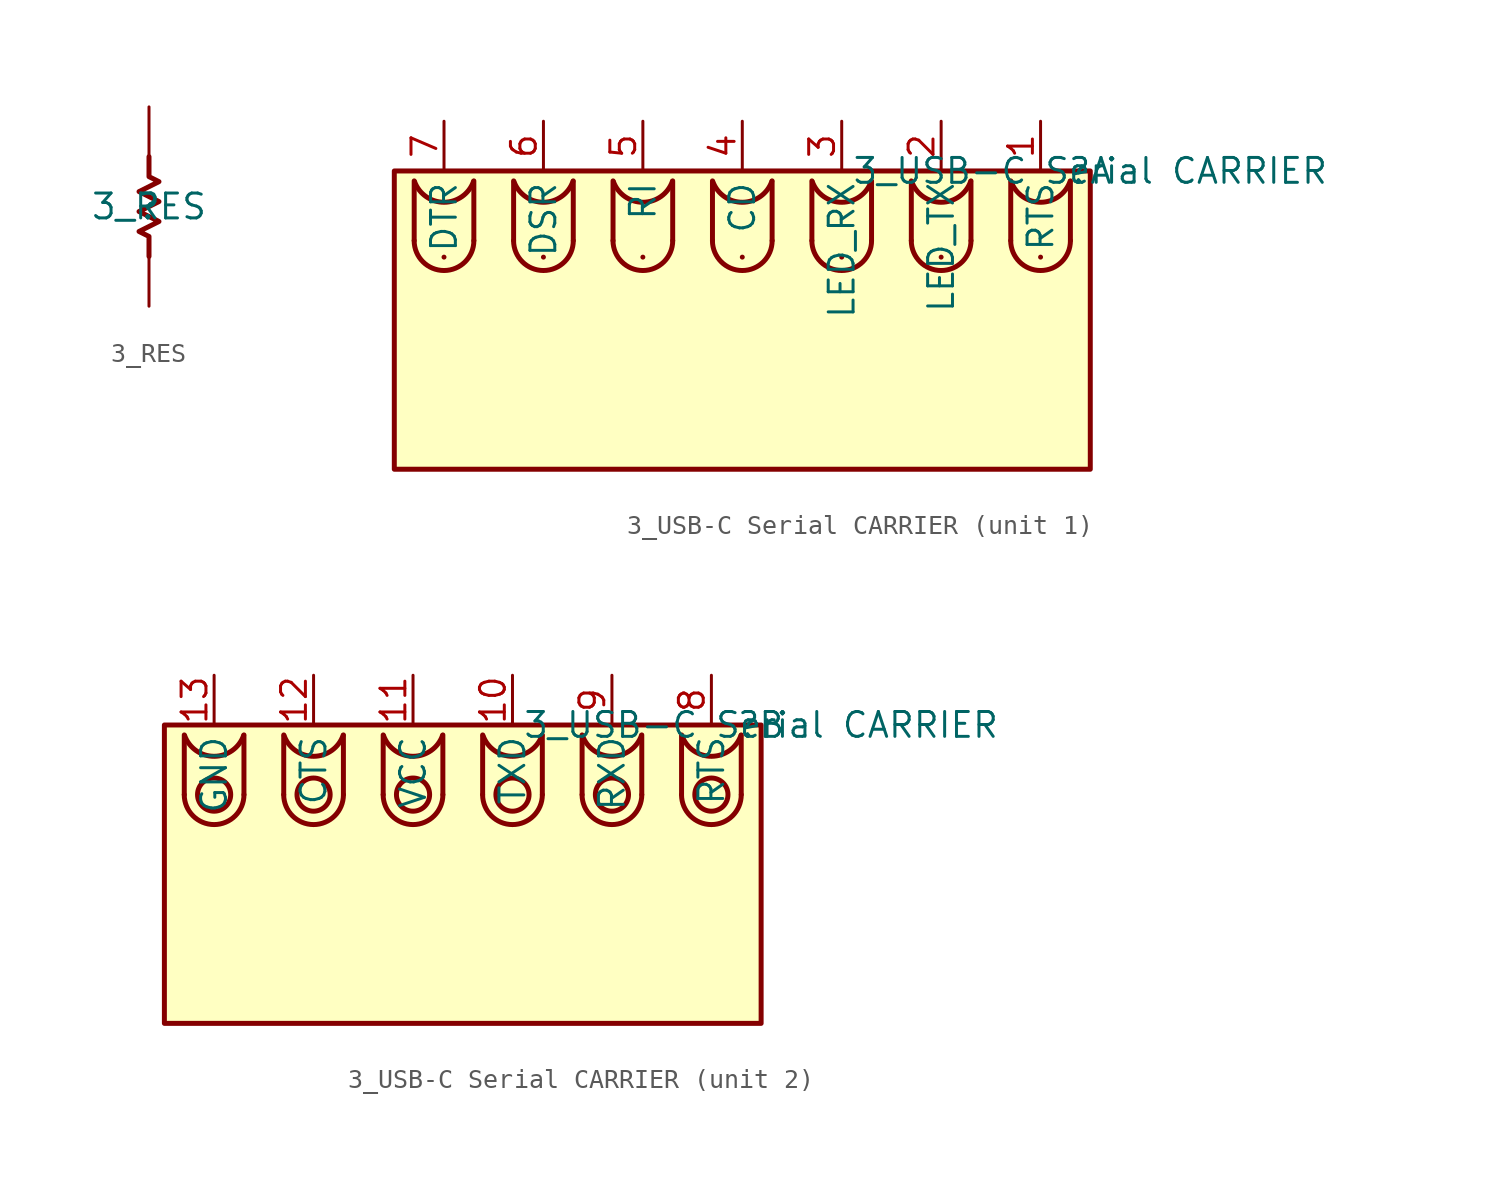
<source format=kicad_sym>
(kicad_symbol_lib
  (version 20211014)
  (generator kicad_symbol_editor)
  (symbol "3_RES"
    (property "Reference" ""
      (at 0 0 0)
      (effects (font (size 1.27 1.27))))
    (property "Value" "3_RES"
      (at 0 0 0)
      (effects (font (size 1.27 1.27))))
    (symbol "3_RES_1_0"
      (polyline (pts (xy 0 -2.54) (xy 0 -1.524) (xy -0.508 -1.27) (xy 0.508 -0.762) (xy -0.508 -0.254) (xy 0.508 0.254) (xy -0.508 0.762) (xy 0.508 1.27) (xy 0 1.524) (xy 0 2.54)) (stroke (width 0.254) (type default) (color 0 0 0 0)) (fill (type none)))
      (pin passive line (at 0 5.08 270) (length 2.54) (name "1" (effects (font (size 0 0)))) (number "1" (effects (font (size 0 0)))))
      (pin passive line (at 0 -5.08 90) (length 2.54) (name "2" (effects (font (size 0 0)))) (number "2" (effects (font (size 0 0)))))))
  (symbol "3_USB-C Serial CARRIER"
    (property "Reference" ""
      (at 0 0 0)
      (effects (font (size 1.27 1.27))))
    (property "Value" "3_USB-C Serial CARRIER"
      (at 0 0 0)
      (effects (font (size 1.27 1.27))))
    (symbol "3_USB-C Serial CARRIER_1_0"
      (arc (start -34.5453 -3.5605) (mid -33.0205 -5.0813) (end -31.4947 -3.5616) (stroke (width 0.254) (type default) (color 0 0 0 0)) (fill (type none)))
      (arc (start -34.521 -0.5512) (mid -33.0091 -1.599) (end -31.5116 -0.5306) (stroke (width 0.254) (type default) (color 0 0 0 0)) (fill (type none)))
      (arc (start -33.02 -4.4025) (mid -33.02 -2.7095) (end -33.02 -4.4025) (stroke (width 0.254) (type default) (color 0 0 0 0)) (fill (type none)))
      (arc (start -29.4653 -3.5605) (mid -27.9405 -5.0813) (end -26.4147 -3.5616) (stroke (width 0.254) (type default) (color 0 0 0 0)) (fill (type none)))
      (arc (start -29.441 -0.5512) (mid -27.9291 -1.599) (end -26.4316 -0.5306) (stroke (width 0.254) (type default) (color 0 0 0 0)) (fill (type none)))
      (arc (start -27.94 -4.4025) (mid -27.94 -2.7095) (end -27.94 -4.4025) (stroke (width 0.254) (type default) (color 0 0 0 0)) (fill (type none)))
      (arc (start -24.3853 -3.5605) (mid -22.8605 -5.0813) (end -21.3347 -3.5616) (stroke (width 0.254) (type default) (color 0 0 0 0)) (fill (type none)))
      (arc (start -24.361 -0.5512) (mid -22.8491 -1.599) (end -21.3516 -0.5306) (stroke (width 0.254) (type default) (color 0 0 0 0)) (fill (type none)))
      (arc (start -22.86 -4.4025) (mid -22.86 -2.7095) (end -22.86 -4.4025) (stroke (width 0.254) (type default) (color 0 0 0 0)) (fill (type none)))
      (arc (start -19.3053 -3.5605) (mid -17.7805 -5.0813) (end -16.2547 -3.5616) (stroke (width 0.254) (type default) (color 0 0 0 0)) (fill (type none)))
      (arc (start -19.281 -0.5512) (mid -17.7691 -1.599) (end -16.2716 -0.5306) (stroke (width 0.254) (type default) (color 0 0 0 0)) (fill (type none)))
      (arc (start -17.78 -4.4025) (mid -17.78 -2.7095) (end -17.78 -4.4025) (stroke (width 0.254) (type default) (color 0 0 0 0)) (fill (type none)))
      (arc (start -14.2253 -3.5605) (mid -12.7005 -5.0813) (end -11.1747 -3.5616) (stroke (width 0.254) (type default) (color 0 0 0 0)) (fill (type none)))
      (arc (start -14.201 -0.5512) (mid -12.6891 -1.599) (end -11.1916 -0.5306) (stroke (width 0.254) (type default) (color 0 0 0 0)) (fill (type none)))
      (arc (start -12.7 -4.4025) (mid -12.7 -2.7095) (end -12.7 -4.4025) (stroke (width 0.254) (type default) (color 0 0 0 0)) (fill (type none)))
      (arc (start -9.1453 -3.5605) (mid -7.6205 -5.0813) (end -6.0947 -3.5616) (stroke (width 0.254) (type default) (color 0 0 0 0)) (fill (type none)))
      (arc (start -9.121 -0.5512) (mid -7.6091 -1.599) (end -6.1116 -0.5306) (stroke (width 0.254) (type default) (color 0 0 0 0)) (fill (type none)))
      (arc (start -7.62 -4.4025) (mid -7.62 -2.7095) (end -7.62 -4.4025) (stroke (width 0.254) (type default) (color 0 0 0 0)) (fill (type none)))
      (arc (start -4.0653 -3.5605) (mid -2.5405 -5.0813) (end -1.0147 -3.5616) (stroke (width 0.254) (type default) (color 0 0 0 0)) (fill (type none)))
      (arc (start -4.041 -0.5512) (mid -2.5291 -1.599) (end -1.0316 -0.5306) (stroke (width 0.254) (type default) (color 0 0 0 0)) (fill (type none)))
      (arc (start -2.54 -4.4025) (mid -2.54 -2.7095) (end -2.54 -4.4025) (stroke (width 0.254) (type default) (color 0 0 0 0)) (fill (type none)))
      (rectangle (start 0 0) (end -35.56 -15.24) (stroke (width 0.254) (type default) (color 0 0 0 0)) (fill (type background)))
      (polyline (pts (xy -34.544 -0.508) (xy -34.544 -3.556)) (stroke (width 0.254) (type default) (color 0 0 0 0)) (fill (type none)))
      (polyline (pts (xy -31.496 -0.508) (xy -31.496 -3.556)) (stroke (width 0.254) (type default) (color 0 0 0 0)) (fill (type none)))
      (polyline (pts (xy -29.464 -0.508) (xy -29.464 -3.556)) (stroke (width 0.254) (type default) (color 0 0 0 0)) (fill (type none)))
      (polyline (pts (xy -26.416 -0.508) (xy -26.416 -3.556)) (stroke (width 0.254) (type default) (color 0 0 0 0)) (fill (type none)))
      (polyline (pts (xy -24.384 -0.508) (xy -24.384 -3.556)) (stroke (width 0.254) (type default) (color 0 0 0 0)) (fill (type none)))
      (polyline (pts (xy -21.336 -0.508) (xy -21.336 -3.556)) (stroke (width 0.254) (type default) (color 0 0 0 0)) (fill (type none)))
      (polyline (pts (xy -19.304 -0.508) (xy -19.304 -3.556)) (stroke (width 0.254) (type default) (color 0 0 0 0)) (fill (type none)))
      (polyline (pts (xy -16.256 -0.508) (xy -16.256 -3.556)) (stroke (width 0.254) (type default) (color 0 0 0 0)) (fill (type none)))
      (polyline (pts (xy -14.224 -0.508) (xy -14.224 -3.556)) (stroke (width 0.254) (type default) (color 0 0 0 0)) (fill (type none)))
      (polyline (pts (xy -11.176 -0.508) (xy -11.176 -3.556)) (stroke (width 0.254) (type default) (color 0 0 0 0)) (fill (type none)))
      (polyline (pts (xy -9.144 -0.508) (xy -9.144 -3.556)) (stroke (width 0.254) (type default) (color 0 0 0 0)) (fill (type none)))
      (polyline (pts (xy -6.096 -0.508) (xy -6.096 -3.556)) (stroke (width 0.254) (type default) (color 0 0 0 0)) (fill (type none)))
      (polyline (pts (xy -4.064 -0.508) (xy -4.064 -3.556)) (stroke (width 0.254) (type default) (color 0 0 0 0)) (fill (type none)))
      (polyline (pts (xy -1.016 -0.508) (xy -1.016 -3.556)) (stroke (width 0.254) (type default) (color 0 0 0 0)) (fill (type none)))
      (pin passive line (at -2.54 2.54 270) (length 2.54) (name "RTS" (effects (font (size 1.27 1.27)))) (number "1" (effects (font (size 1.27 1.27)))))
      (pin passive line (at -7.62 2.54 270) (length 2.54) (name "LED_TX" (effects (font (size 1.27 1.27)))) (number "2" (effects (font (size 1.27 1.27)))))
      (pin passive line (at -12.7 2.54 270) (length 2.54) (name "LED_RX" (effects (font (size 1.27 1.27)))) (number "3" (effects (font (size 1.27 1.27)))))
      (pin passive line (at -17.78 2.54 270) (length 2.54) (name "CD" (effects (font (size 1.27 1.27)))) (number "4" (effects (font (size 1.27 1.27)))))
      (pin passive line (at -22.86 2.54 270) (length 2.54) (name "RI" (effects (font (size 1.27 1.27)))) (number "5" (effects (font (size 1.27 1.27)))))
      (pin passive line (at -27.94 2.54 270) (length 2.54) (name "DSR" (effects (font (size 1.27 1.27)))) (number "6" (effects (font (size 1.27 1.27)))))
      (pin passive line (at -33.02 2.54 270) (length 2.54) (name "DTR" (effects (font (size 1.27 1.27)))) (number "7" (effects (font (size 1.27 1.27))))))
    (symbol "3_USB-C Serial CARRIER_2_0"
      (arc (start -29.4653 -3.5605) (mid -27.9405 -5.0813) (end -26.4147 -3.5616) (stroke (width 0.254) (type default) (color 0 0 0 0)) (fill (type none)))
      (arc (start -29.441 -0.5512) (mid -27.9291 -1.599) (end -26.4316 -0.5306) (stroke (width 0.254) (type default) (color 0 0 0 0)) (fill (type none)))
      (circle (center -27.94 -3.556) (radius 0.847) (stroke (width 0.254) (type default) (color 0 0 0 0)) (fill (type none)))
      (arc (start -24.3853 -3.5605) (mid -22.8605 -5.0813) (end -21.3347 -3.5616) (stroke (width 0.254) (type default) (color 0 0 0 0)) (fill (type none)))
      (arc (start -24.361 -0.5512) (mid -22.8491 -1.599) (end -21.3516 -0.5306) (stroke (width 0.254) (type default) (color 0 0 0 0)) (fill (type none)))
      (circle (center -22.86 -3.556) (radius 0.847) (stroke (width 0.254) (type default) (color 0 0 0 0)) (fill (type none)))
      (arc (start -19.3053 -3.5605) (mid -17.7805 -5.0813) (end -16.2547 -3.5616) (stroke (width 0.254) (type default) (color 0 0 0 0)) (fill (type none)))
      (arc (start -19.281 -0.5512) (mid -17.7691 -1.599) (end -16.2716 -0.5306) (stroke (width 0.254) (type default) (color 0 0 0 0)) (fill (type none)))
      (circle (center -17.78 -3.556) (radius 0.847) (stroke (width 0.254) (type default) (color 0 0 0 0)) (fill (type none)))
      (arc (start -14.2253 -3.5605) (mid -12.7005 -5.0813) (end -11.1747 -3.5616) (stroke (width 0.254) (type default) (color 0 0 0 0)) (fill (type none)))
      (arc (start -14.201 -0.5512) (mid -12.6891 -1.599) (end -11.1916 -0.5306) (stroke (width 0.254) (type default) (color 0 0 0 0)) (fill (type none)))
      (circle (center -12.7 -3.556) (radius 0.847) (stroke (width 0.254) (type default) (color 0 0 0 0)) (fill (type none)))
      (arc (start -9.1453 -3.5605) (mid -7.6205 -5.0813) (end -6.0947 -3.5616) (stroke (width 0.254) (type default) (color 0 0 0 0)) (fill (type none)))
      (arc (start -9.121 -0.5512) (mid -7.6091 -1.599) (end -6.1116 -0.5306) (stroke (width 0.254) (type default) (color 0 0 0 0)) (fill (type none)))
      (circle (center -7.62 -3.556) (radius 0.847) (stroke (width 0.254) (type default) (color 0 0 0 0)) (fill (type none)))
      (arc (start -4.0653 -3.5605) (mid -2.5405 -5.0813) (end -1.0147 -3.5616) (stroke (width 0.254) (type default) (color 0 0 0 0)) (fill (type none)))
      (arc (start -4.041 -0.5512) (mid -2.5291 -1.599) (end -1.0316 -0.5306) (stroke (width 0.254) (type default) (color 0 0 0 0)) (fill (type none)))
      (circle (center -2.54 -3.556) (radius 0.847) (stroke (width 0.254) (type default) (color 0 0 0 0)) (fill (type none)))
      (rectangle (start 0 0) (end -30.48 -15.24) (stroke (width 0.254) (type default) (color 0 0 0 0)) (fill (type background)))
      (polyline (pts (xy -29.464 -0.508) (xy -29.464 -3.556)) (stroke (width 0.254) (type default) (color 0 0 0 0)) (fill (type none)))
      (polyline (pts (xy -26.416 -0.508) (xy -26.416 -3.556)) (stroke (width 0.254) (type default) (color 0 0 0 0)) (fill (type none)))
      (polyline (pts (xy -24.384 -0.508) (xy -24.384 -3.556)) (stroke (width 0.254) (type default) (color 0 0 0 0)) (fill (type none)))
      (polyline (pts (xy -21.336 -0.508) (xy -21.336 -3.556)) (stroke (width 0.254) (type default) (color 0 0 0 0)) (fill (type none)))
      (polyline (pts (xy -19.304 -0.508) (xy -19.304 -3.556)) (stroke (width 0.254) (type default) (color 0 0 0 0)) (fill (type none)))
      (polyline (pts (xy -16.256 -0.508) (xy -16.256 -3.556)) (stroke (width 0.254) (type default) (color 0 0 0 0)) (fill (type none)))
      (polyline (pts (xy -14.224 -0.508) (xy -14.224 -3.556)) (stroke (width 0.254) (type default) (color 0 0 0 0)) (fill (type none)))
      (polyline (pts (xy -11.176 -0.508) (xy -11.176 -3.556)) (stroke (width 0.254) (type default) (color 0 0 0 0)) (fill (type none)))
      (polyline (pts (xy -9.144 -0.508) (xy -9.144 -3.556)) (stroke (width 0.254) (type default) (color 0 0 0 0)) (fill (type none)))
      (polyline (pts (xy -6.096 -0.508) (xy -6.096 -3.556)) (stroke (width 0.254) (type default) (color 0 0 0 0)) (fill (type none)))
      (polyline (pts (xy -4.064 -0.508) (xy -4.064 -3.556)) (stroke (width 0.254) (type default) (color 0 0 0 0)) (fill (type none)))
      (polyline (pts (xy -1.016 -0.508) (xy -1.016 -3.556)) (stroke (width 0.254) (type default) (color 0 0 0 0)) (fill (type none)))
      (pin passive line (at -12.7 2.54 270) (length 2.54) (name "TXD" (effects (font (size 1.27 1.27)))) (number "10" (effects (font (size 1.27 1.27)))))
      (pin passive line (at -17.78 2.54 270) (length 2.54) (name "VCC" (effects (font (size 1.27 1.27)))) (number "11" (effects (font (size 1.27 1.27)))))
      (pin passive line (at -22.86 2.54 270) (length 2.54) (name "CTS" (effects (font (size 1.27 1.27)))) (number "12" (effects (font (size 1.27 1.27)))))
      (pin passive line (at -27.94 2.54 270) (length 2.54) (name "GND" (effects (font (size 1.27 1.27)))) (number "13" (effects (font (size 1.27 1.27)))))
      (pin passive line (at -2.54 2.54 270) (length 2.54) (name "RTS" (effects (font (size 1.27 1.27)))) (number "8" (effects (font (size 1.27 1.27)))))
      (pin passive line (at -7.62 2.54 270) (length 2.54) (name "RXD" (effects (font (size 1.27 1.27)))) (number "9" (effects (font (size 1.27 1.27))))))))
</source>
